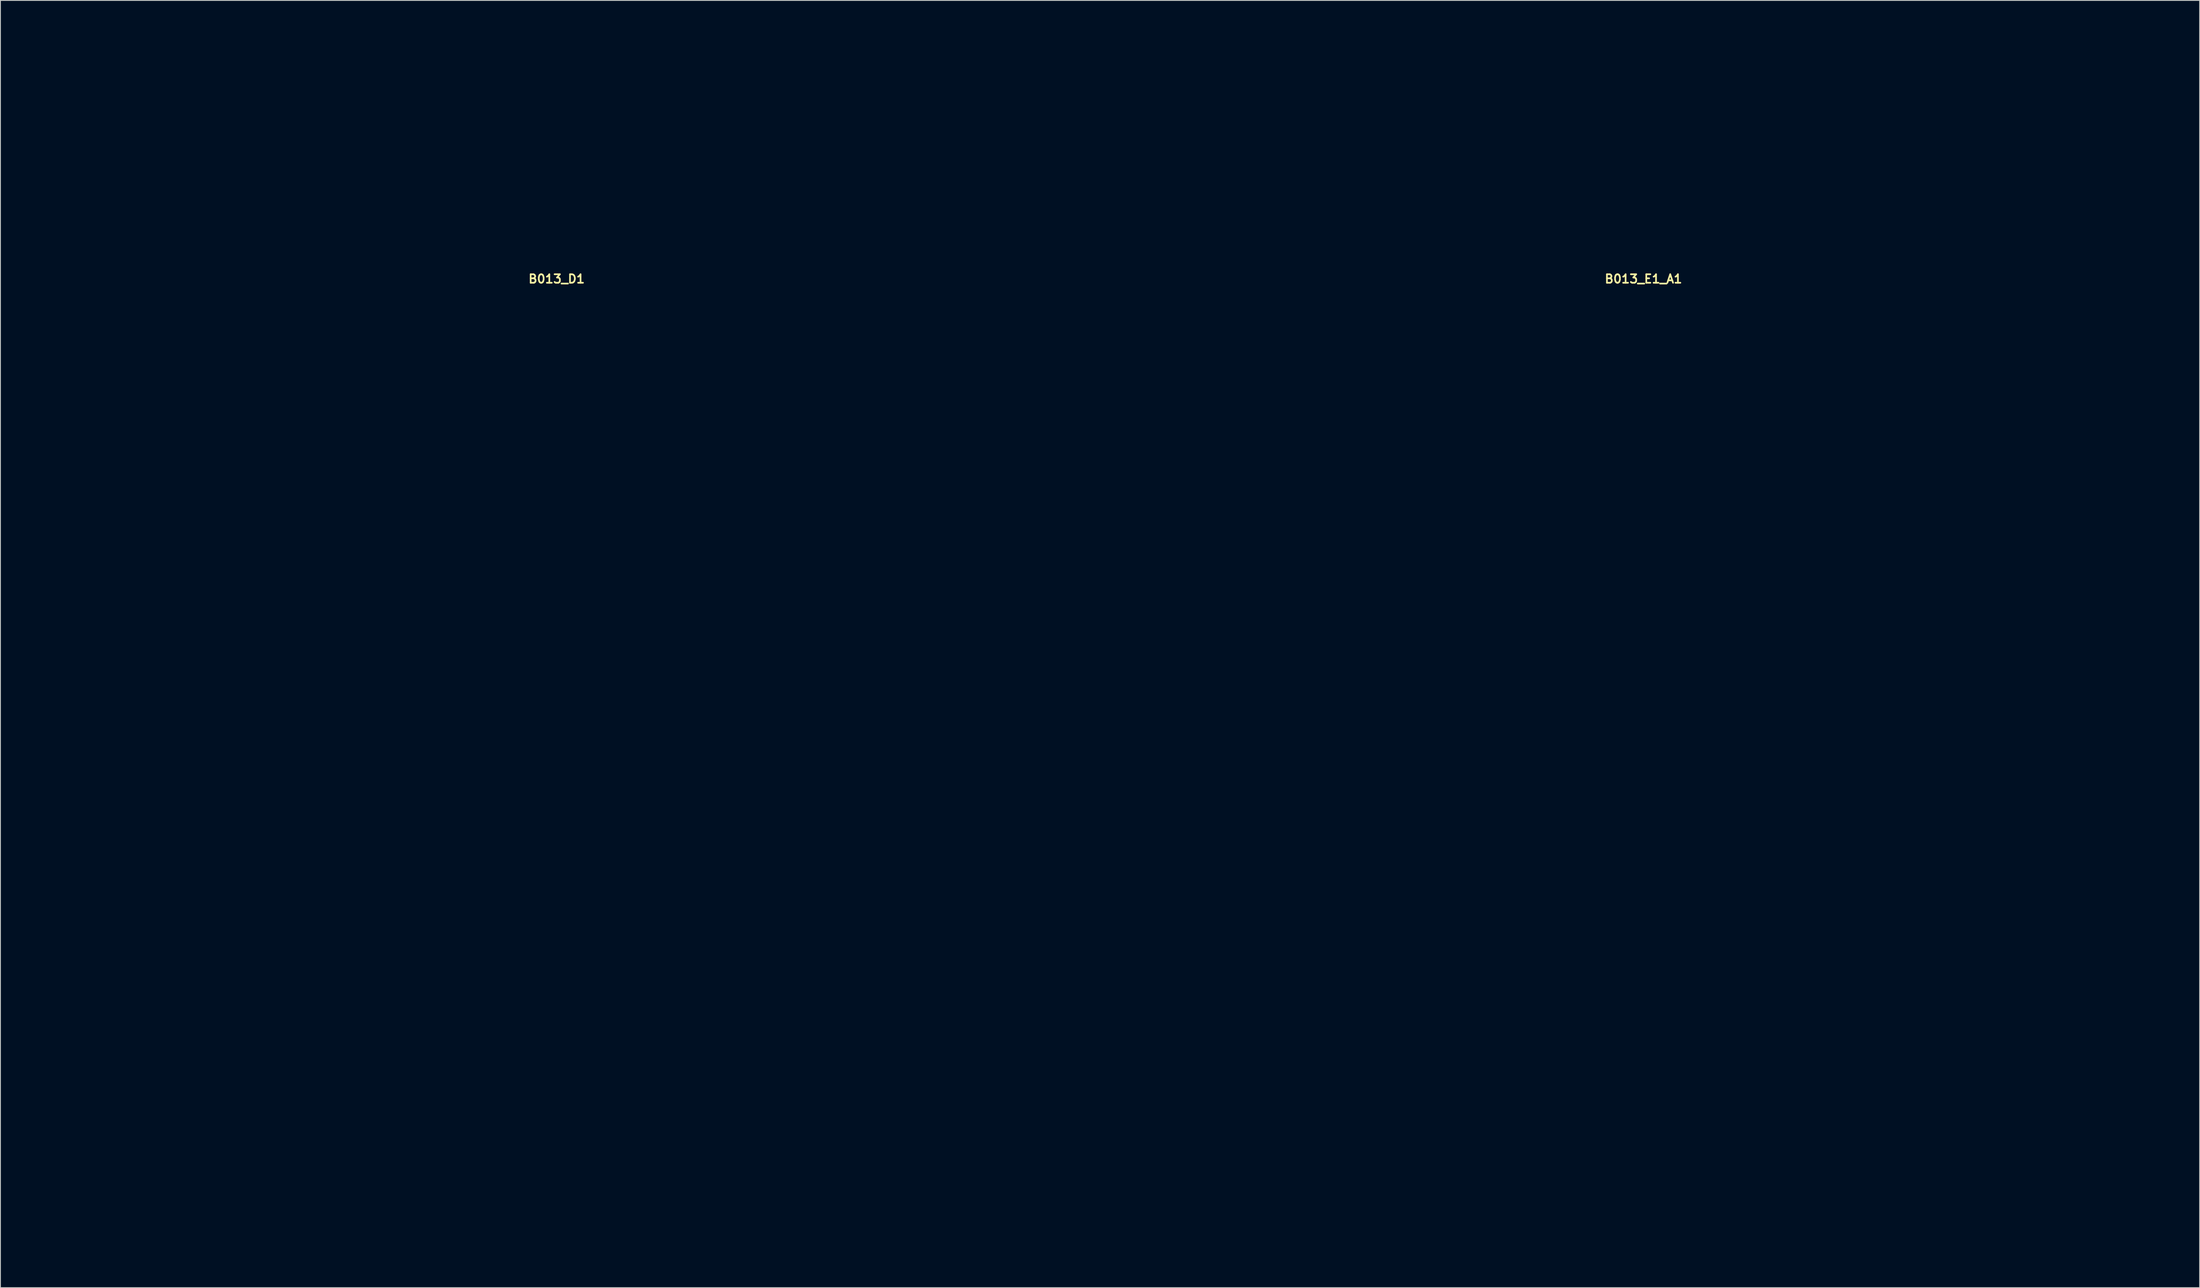
<source format=kicad_pcb>
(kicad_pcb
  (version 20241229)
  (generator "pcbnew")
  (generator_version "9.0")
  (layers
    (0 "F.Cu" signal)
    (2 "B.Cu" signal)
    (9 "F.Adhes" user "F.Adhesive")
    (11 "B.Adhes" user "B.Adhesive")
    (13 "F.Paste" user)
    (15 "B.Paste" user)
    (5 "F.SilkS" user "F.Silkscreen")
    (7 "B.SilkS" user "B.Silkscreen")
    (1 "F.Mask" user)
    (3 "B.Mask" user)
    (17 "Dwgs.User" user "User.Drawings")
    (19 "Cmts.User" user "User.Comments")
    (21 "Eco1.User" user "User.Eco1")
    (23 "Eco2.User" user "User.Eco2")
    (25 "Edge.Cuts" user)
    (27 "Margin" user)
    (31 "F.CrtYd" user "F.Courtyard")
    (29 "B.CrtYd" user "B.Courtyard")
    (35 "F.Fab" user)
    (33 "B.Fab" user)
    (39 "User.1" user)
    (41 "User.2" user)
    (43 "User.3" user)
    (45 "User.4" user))
  (footprint "B013_E1_A1"
    (layer "F.Cu")
    (at 189.9 87.75)
    (property "Reference" "B013_E1_A1" (at 0 -58.039 0) (layer "F.SilkS") (effects (font (size 1 1) (thickness 0.2))))
    (attr through_hole)
    (fp_line (start -62.1 -57.25) (end -62.1 57.25) (stroke (width 0.4) (type solid)) (layer "Eco1.User"))
    (fp_line (start -62.1 -57.25) (end -31.8 -57.25) (stroke (width 0.4) (type solid)) (layer "Eco1.User"))
    (fp_line (start -62.1 57.25) (end -31.8 57.25) (stroke (width 0.4) (type solid)) (layer "Eco1.User"))
    (fp_line (start -58.1 -57.25) (end -58.1 57.25) (stroke (width 0.4) (type solid)) (layer "Eco1.User"))
    (fp_line (start -31.8 -87.55) (end -31.8 -57.25) (stroke (width 0.4) (type solid)) (layer "Eco1.User"))
    (fp_line (start -31.8 -87.55) (end 31.8 -87.55) (stroke (width 0.4) (type solid)) (layer "Eco1.User"))
    (fp_line (start -31.8 -83.55) (end 31.8 -83.55) (stroke (width 0.4) (type solid)) (layer "Eco1.User"))
    (fp_line (start -31.8 -57.25) (end -31.8 57.25) (stroke (width 0.4) (type solid)) (layer "Eco1.User"))
    (fp_line (start -31.8 -57.25) (end 31.8 -57.25) (stroke (width 0.4) (type solid)) (layer "Eco1.User"))
    (fp_line (start -31.8 57.25) (end 31.8 57.25) (stroke (width 0.4) (type solid)) (layer "Eco1.User"))
    (fp_line (start -30.45 -55.75) (end -30.45 55.75) (stroke (width 0.4) (type solid)) (layer "Eco1.User"))
    (fp_line (start -30.45 -55.75) (end 30.45 -55.75) (stroke (width 0.4) (type solid)) (layer "Eco1.User"))
    (fp_line (start -30.45 -49) (end -27.1 -49) (stroke (width 0.4) (type solid)) (layer "Eco1.User"))
    (fp_line (start -30.45 49) (end -27.1 49) (stroke (width 0.4) (type solid)) (layer "Eco1.User"))
    (fp_line (start -30.45 55.75) (end 30.45 55.75) (stroke (width 0.4) (type solid)) (layer "Eco1.User"))
    (fp_line (start -23.85 -55.75) (end -23.85 -52.25) (stroke (width 0.4) (type solid)) (layer "Eco1.User"))
    (fp_line (start -23.85 52.25) (end -23.85 55.75) (stroke (width 0.4) (type solid)) (layer "Eco1.User"))
    (fp_line (start 23.85 -55.75) (end 23.85 -52.25) (stroke (width 0.4) (type solid)) (layer "Eco1.User"))
    (fp_line (start 23.85 52.25) (end 23.85 55.75) (stroke (width 0.4) (type solid)) (layer "Eco1.User"))
    (fp_line (start 27.1 -49) (end 30.45 -49) (stroke (width 0.4) (type solid)) (layer "Eco1.User"))
    (fp_line (start 27.1 49) (end 30.45 49) (stroke (width 0.4) (type solid)) (layer "Eco1.User"))
    (fp_line (start 30.45 -55.75) (end 30.45 55.75) (stroke (width 0.4) (type solid)) (layer "Eco1.User"))
    (fp_line (start 31.8 -87.55) (end 31.8 -57.25) (stroke (width 0.4) (type solid)) (layer "Eco1.User"))
    (fp_line (start 31.8 -57.25) (end 31.8 57.25) (stroke (width 0.4) (type solid)) (layer "Eco1.User"))
    (fp_line (start 31.8 -57.25) (end 62.1 -57.25) (stroke (width 0.4) (type solid)) (layer "Eco1.User"))
    (fp_line (start 31.8 57.25) (end 62.1 57.25) (stroke (width 0.4) (type solid)) (layer "Eco1.User"))
    (fp_line (start 58.1 -57.25) (end 58.1 57.25) (stroke (width 0.4) (type solid)) (layer "Eco1.User"))
    (fp_line (start 62.1 -57.25) (end 62.1 57.25) (stroke (width 0.4) (type solid)) (layer "Eco1.User"))
    (fp_arc (start -27.1 49) (mid -24.801903 49.951903) (end -23.85 52.25) (stroke (width 0.4) (type solid)) (layer "Eco1.User"))
    (fp_arc (start -23.85 -52.25) (mid -24.801903 -49.951903) (end -27.1 -49) (stroke (width 0.4) (type solid)) (layer "Eco1.User"))
    (fp_arc (start 23.85 52.25) (mid 24.801903 49.951903) (end 27.1 49) (stroke (width 0.4) (type solid)) (layer "Eco1.User"))
    (fp_arc (start 27.1 -49) (mid 24.801903 -49.951903) (end 23.85 -52.25) (stroke (width 0.4) (type solid)) (layer "Eco1.User"))
    (fp_circle (center -43.15 1.27) (end -37.15 1.27) (stroke (width 0.4) (type solid)) (fill no) (layer "Eco1.User"))
    (fp_circle (center -27.1 -52.25) (end -25.6 -52.25) (stroke (width 0.4) (type solid)) (fill no) (layer "Eco1.User"))
    (fp_circle (center -27.1 52.25) (end -25.6 52.25) (stroke (width 0.4) (type solid)) (fill no) (layer "Eco1.User"))
    (fp_circle (center -26.95 -40.44) (end -25.55 -40.44) (stroke (width 0.4) (type solid)) (fill no) (layer "Eco1.User"))
    (fp_circle (center -19.05 -40.44) (end -15.35 -40.44) (stroke (width 0.4) (type solid)) (fill no) (layer "Eco1.User"))
    (fp_circle (center -8.89 -50.8) (end -7.39 -50.8) (stroke (width 0.4) (type solid)) (fill no) (layer "Eco1.User"))
    (fp_circle (center -7.9 -26.47) (end -6.5 -26.47) (stroke (width 0.4) (type solid)) (fill no) (layer "Eco1.User"))
    (fp_circle (center 0 -70.1) (end 5.5 -70.1) (stroke (width 0.4) (type solid)) (fill no) (layer "Eco1.User"))
    (fp_circle (center 0 -26.47) (end 3.7 -26.47) (stroke (width 0.4) (type solid)) (fill no) (layer "Eco1.User"))
    (fp_circle (center 0 -7.62) (end 2.65 -7.62) (stroke (width 0.4) (type solid)) (fill no) (layer "Eco1.User"))
    (fp_circle (center 0 19.05) (end 6.5 19.05) (stroke (width 0.4) (type solid)) (fill no) (layer "Eco1.User"))
    (fp_circle (center 8.89 -50.8) (end 10.39 -50.8) (stroke (width 0.4) (type solid)) (fill no) (layer "Eco1.User"))
    (fp_circle (center 11.15 -40.44) (end 12.55 -40.44) (stroke (width 0.4) (type solid)) (fill no) (layer "Eco1.User"))
    (fp_circle (center 19.05 -40.44) (end 22.75 -40.44) (stroke (width 0.4) (type solid)) (fill no) (layer "Eco1.User"))
    (fp_circle (center 27.1 -52.25) (end 28.6 -52.25) (stroke (width 0.4) (type solid)) (fill no) (layer "Eco1.User"))
    (fp_circle (center 27.1 52.25) (end 28.6 52.25) (stroke (width 0.4) (type solid)) (fill no) (layer "Eco1.User"))
    (fp_circle (center 43.15 1.27) (end 49.15 1.27) (stroke (width 0.4) (type solid)) (fill no) (layer "Eco1.User")))
  (footprint "B013_D1"
    (layer "F.Cu")
    (at 62.3 87.75)
    (property "Reference" "B013_D1" (at 0 -58.039 0) (layer "F.SilkS") (effects (font (size 1 1) (thickness 0.2))))
    (attr through_hole)
    (fp_line (start -62.1 -57.25) (end -62.1 57.25) (stroke (width 0.4) (type solid)) (layer "Eco1.User"))
    (fp_line (start -62.1 -57.25) (end -31.8 -57.25) (stroke (width 0.4) (type solid)) (layer "Eco1.User"))
    (fp_line (start -62.1 57.25) (end -31.8 57.25) (stroke (width 0.4) (type solid)) (layer "Eco1.User"))
    (fp_line (start -58.1 -57.25) (end -58.1 57.25) (stroke (width 0.4) (type solid)) (layer "Eco1.User"))
    (fp_line (start -31.8 -87.55) (end -31.8 -57.25) (stroke (width 0.4) (type solid)) (layer "Eco1.User"))
    (fp_line (start -31.8 -87.55) (end 31.8 -87.55) (stroke (width 0.4) (type solid)) (layer "Eco1.User"))
    (fp_line (start -31.8 -83.55) (end 31.8 -83.55) (stroke (width 0.4) (type solid)) (layer "Eco1.User"))
    (fp_line (start -31.8 -57.25) (end -31.8 57.25) (stroke (width 0.4) (type solid)) (layer "Eco1.User"))
    (fp_line (start -31.8 -57.25) (end 31.8 -57.25) (stroke (width 0.4) (type solid)) (layer "Eco1.User"))
    (fp_line (start -31.8 57.25) (end 31.8 57.25) (stroke (width 0.4) (type solid)) (layer "Eco1.User"))
    (fp_line (start -30.45 -55.75) (end -30.45 55.75) (stroke (width 0.4) (type solid)) (layer "Eco1.User"))
    (fp_line (start -30.45 -55.75) (end 30.45 -55.75) (stroke (width 0.4) (type solid)) (layer "Eco1.User"))
    (fp_line (start -30.45 -49) (end -27.1 -49) (stroke (width 0.4) (type solid)) (layer "Eco1.User"))
    (fp_line (start -30.45 49) (end -27.1 49) (stroke (width 0.4) (type solid)) (layer "Eco1.User"))
    (fp_line (start -30.45 55.75) (end 30.45 55.75) (stroke (width 0.4) (type solid)) (layer "Eco1.User"))
    (fp_line (start -23.85 -55.75) (end -23.85 -52.25) (stroke (width 0.4) (type solid)) (layer "Eco1.User"))
    (fp_line (start -23.85 52.25) (end -23.85 55.75) (stroke (width 0.4) (type solid)) (layer "Eco1.User"))
    (fp_line (start 23.85 -55.75) (end 23.85 -52.25) (stroke (width 0.4) (type solid)) (layer "Eco1.User"))
    (fp_line (start 23.85 52.25) (end 23.85 55.75) (stroke (width 0.4) (type solid)) (layer "Eco1.User"))
    (fp_line (start 27.1 -49) (end 30.45 -49) (stroke (width 0.4) (type solid)) (layer "Eco1.User"))
    (fp_line (start 27.1 49) (end 30.45 49) (stroke (width 0.4) (type solid)) (layer "Eco1.User"))
    (fp_line (start 30.45 -55.75) (end 30.45 55.75) (stroke (width 0.4) (type solid)) (layer "Eco1.User"))
    (fp_line (start 31.8 -87.55) (end 31.8 -57.25) (stroke (width 0.4) (type solid)) (layer "Eco1.User"))
    (fp_line (start 31.8 -57.25) (end 31.8 57.25) (stroke (width 0.4) (type solid)) (layer "Eco1.User"))
    (fp_line (start 31.8 -57.25) (end 62.1 -57.25) (stroke (width 0.4) (type solid)) (layer "Eco1.User"))
    (fp_line (start 31.8 57.25) (end 62.1 57.25) (stroke (width 0.4) (type solid)) (layer "Eco1.User"))
    (fp_line (start 58.1 -57.25) (end 58.1 57.25) (stroke (width 0.4) (type solid)) (layer "Eco1.User"))
    (fp_line (start 62.1 -57.25) (end 62.1 57.25) (stroke (width 0.4) (type solid)) (layer "Eco1.User"))
    (fp_arc (start -27.1 49) (mid -24.801903 49.951903) (end -23.85 52.25) (stroke (width 0.4) (type solid)) (layer "Eco1.User"))
    (fp_arc (start -23.85 -52.25) (mid -24.801903 -49.951903) (end -27.1 -49) (stroke (width 0.4) (type solid)) (layer "Eco1.User"))
    (fp_arc (start 23.85 52.25) (mid 24.801903 49.951903) (end 27.1 49) (stroke (width 0.4) (type solid)) (layer "Eco1.User"))
    (fp_arc (start 27.1 -49) (mid 24.801903 -49.951903) (end 23.85 -52.25) (stroke (width 0.4) (type solid)) (layer "Eco1.User"))
    (fp_circle (center -45.15 1.27) (end -39.15 1.27) (stroke (width 0.4) (type solid)) (fill no) (layer "Eco1.User"))
    (fp_circle (center -27.1 -52.25) (end -25.6 -52.25) (stroke (width 0.4) (type solid)) (fill no) (layer "Eco1.User"))
    (fp_circle (center -27.1 52.25) (end -25.6 52.25) (stroke (width 0.4) (type solid)) (fill no) (layer "Eco1.User"))
    (fp_circle (center 0 -72.1) (end 5.5 -72.1) (stroke (width 0.4) (type solid)) (fill no) (layer "Eco1.User"))
    (fp_circle (center 27.1 -52.25) (end 28.6 -52.25) (stroke (width 0.4) (type solid)) (fill no) (layer "Eco1.User"))
    (fp_circle (center 27.1 52.25) (end 28.6 52.25) (stroke (width 0.4) (type solid)) (fill no) (layer "Eco1.User"))
    (fp_circle (center 45.15 1.27) (end 51.15 1.27) (stroke (width 0.4) (type solid)) (fill no) (layer "Eco1.User")))
  (gr_rect
    (start -3 -3)
    (end 255.2 148.2)
    (stroke (width 0.1) (type default))
    (fill no)
    (layer "Edge.Cuts")))
</source>
